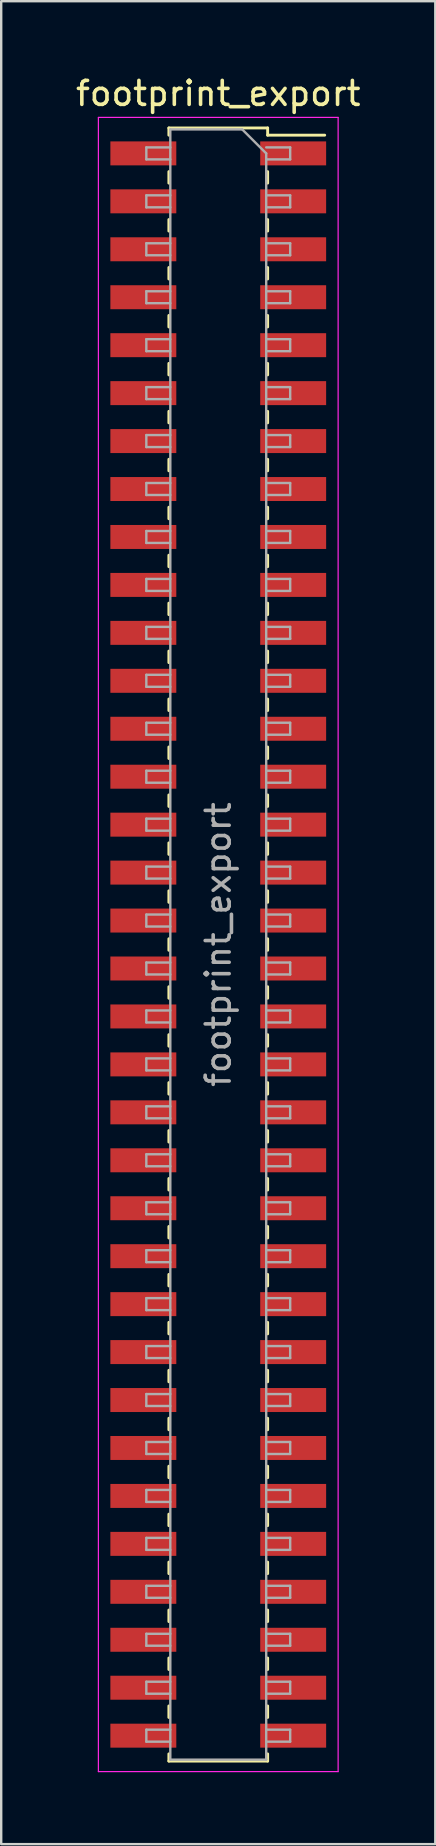
<source format=kicad_pcb>
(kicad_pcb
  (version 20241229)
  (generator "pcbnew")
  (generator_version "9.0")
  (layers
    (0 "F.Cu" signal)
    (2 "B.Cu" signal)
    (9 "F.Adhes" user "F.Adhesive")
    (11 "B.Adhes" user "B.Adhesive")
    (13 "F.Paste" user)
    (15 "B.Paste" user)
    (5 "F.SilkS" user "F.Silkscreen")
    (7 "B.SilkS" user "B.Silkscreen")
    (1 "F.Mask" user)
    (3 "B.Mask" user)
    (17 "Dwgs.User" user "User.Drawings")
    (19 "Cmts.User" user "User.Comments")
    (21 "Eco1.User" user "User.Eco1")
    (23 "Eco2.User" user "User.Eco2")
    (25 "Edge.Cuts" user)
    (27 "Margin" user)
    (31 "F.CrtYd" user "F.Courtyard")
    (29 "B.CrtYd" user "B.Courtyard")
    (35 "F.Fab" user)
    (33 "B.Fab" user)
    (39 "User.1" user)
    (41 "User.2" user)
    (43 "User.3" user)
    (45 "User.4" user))
  (footprint "footprint_export"
    (layer "F.Cu")
    (at 6.054 36.348)
    (property "Reference" "footprint_export" (at 0 -35.5 0) (layer "F.SilkS") (effects (font (size 1 1) (thickness 0.15))))
    (attr smd)
    (fp_line (start -2.06 -34.06) (end -2.06 -33.76) (stroke (width 0.12) (type solid)) (layer "F.SilkS"))
    (fp_line (start -2.06 -34.06) (end 2.06 -34.06) (stroke (width 0.12) (type solid)) (layer "F.SilkS"))
    (fp_line (start -2.06 -32.24) (end -2.06 -31.76) (stroke (width 0.12) (type solid)) (layer "F.SilkS"))
    (fp_line (start -2.06 -30.24) (end -2.06 -29.76) (stroke (width 0.12) (type solid)) (layer "F.SilkS"))
    (fp_line (start -2.06 -28.24) (end -2.06 -27.76) (stroke (width 0.12) (type solid)) (layer "F.SilkS"))
    (fp_line (start -2.06 -26.24) (end -2.06 -25.76) (stroke (width 0.12) (type solid)) (layer "F.SilkS"))
    (fp_line (start -2.06 -24.24) (end -2.06 -23.76) (stroke (width 0.12) (type solid)) (layer "F.SilkS"))
    (fp_line (start -2.06 -22.24) (end -2.06 -21.76) (stroke (width 0.12) (type solid)) (layer "F.SilkS"))
    (fp_line (start -2.06 -20.24) (end -2.06 -19.76) (stroke (width 0.12) (type solid)) (layer "F.SilkS"))
    (fp_line (start -2.06 -18.24) (end -2.06 -17.76) (stroke (width 0.12) (type solid)) (layer "F.SilkS"))
    (fp_line (start -2.06 -16.24) (end -2.06 -15.76) (stroke (width 0.12) (type solid)) (layer "F.SilkS"))
    (fp_line (start -2.06 -14.24) (end -2.06 -13.76) (stroke (width 0.12) (type solid)) (layer "F.SilkS"))
    (fp_line (start -2.06 -12.24) (end -2.06 -11.76) (stroke (width 0.12) (type solid)) (layer "F.SilkS"))
    (fp_line (start -2.06 -10.24) (end -2.06 -9.76) (stroke (width 0.12) (type solid)) (layer "F.SilkS"))
    (fp_line (start -2.06 -8.24) (end -2.06 -7.76) (stroke (width 0.12) (type solid)) (layer "F.SilkS"))
    (fp_line (start -2.06 -6.24) (end -2.06 -5.76) (stroke (width 0.12) (type solid)) (layer "F.SilkS"))
    (fp_line (start -2.06 -4.24) (end -2.06 -3.76) (stroke (width 0.12) (type solid)) (layer "F.SilkS"))
    (fp_line (start -2.06 -2.24) (end -2.06 -1.76) (stroke (width 0.12) (type solid)) (layer "F.SilkS"))
    (fp_line (start -2.06 -0.24) (end -2.06 0.24) (stroke (width 0.12) (type solid)) (layer "F.SilkS"))
    (fp_line (start -2.06 1.76) (end -2.06 2.24) (stroke (width 0.12) (type solid)) (layer "F.SilkS"))
    (fp_line (start -2.06 3.76) (end -2.06 4.24) (stroke (width 0.12) (type solid)) (layer "F.SilkS"))
    (fp_line (start -2.06 5.76) (end -2.06 6.24) (stroke (width 0.12) (type solid)) (layer "F.SilkS"))
    (fp_line (start -2.06 7.76) (end -2.06 8.24) (stroke (width 0.12) (type solid)) (layer "F.SilkS"))
    (fp_line (start -2.06 9.76) (end -2.06 10.24) (stroke (width 0.12) (type solid)) (layer "F.SilkS"))
    (fp_line (start -2.06 11.76) (end -2.06 12.24) (stroke (width 0.12) (type solid)) (layer "F.SilkS"))
    (fp_line (start -2.06 13.76) (end -2.06 14.24) (stroke (width 0.12) (type solid)) (layer "F.SilkS"))
    (fp_line (start -2.06 15.76) (end -2.06 16.24) (stroke (width 0.12) (type solid)) (layer "F.SilkS"))
    (fp_line (start -2.06 17.76) (end -2.06 18.24) (stroke (width 0.12) (type solid)) (layer "F.SilkS"))
    (fp_line (start -2.06 19.76) (end -2.06 20.24) (stroke (width 0.12) (type solid)) (layer "F.SilkS"))
    (fp_line (start -2.06 21.76) (end -2.06 22.24) (stroke (width 0.12) (type solid)) (layer "F.SilkS"))
    (fp_line (start -2.06 23.76) (end -2.06 24.24) (stroke (width 0.12) (type solid)) (layer "F.SilkS"))
    (fp_line (start -2.06 25.76) (end -2.06 26.24) (stroke (width 0.12) (type solid)) (layer "F.SilkS"))
    (fp_line (start -2.06 27.76) (end -2.06 28.24) (stroke (width 0.12) (type solid)) (layer "F.SilkS"))
    (fp_line (start -2.06 29.76) (end -2.06 30.24) (stroke (width 0.12) (type solid)) (layer "F.SilkS"))
    (fp_line (start -2.06 31.76) (end -2.06 32.24) (stroke (width 0.12) (type solid)) (layer "F.SilkS"))
    (fp_line (start -2.06 33.76) (end -2.06 34.06) (stroke (width 0.12) (type solid)) (layer "F.SilkS"))
    (fp_line (start -2.06 34.06) (end 2.06 34.06) (stroke (width 0.12) (type solid)) (layer "F.SilkS"))
    (fp_line (start 2.06 -34.06) (end 2.06 -33.76) (stroke (width 0.12) (type solid)) (layer "F.SilkS"))
    (fp_line (start 2.06 -33.76) (end 4.44 -33.76) (stroke (width 0.12) (type solid)) (layer "F.SilkS"))
    (fp_line (start 2.06 -32.24) (end 2.06 -31.76) (stroke (width 0.12) (type solid)) (layer "F.SilkS"))
    (fp_line (start 2.06 -30.24) (end 2.06 -29.76) (stroke (width 0.12) (type solid)) (layer "F.SilkS"))
    (fp_line (start 2.06 -28.24) (end 2.06 -27.76) (stroke (width 0.12) (type solid)) (layer "F.SilkS"))
    (fp_line (start 2.06 -26.24) (end 2.06 -25.76) (stroke (width 0.12) (type solid)) (layer "F.SilkS"))
    (fp_line (start 2.06 -24.24) (end 2.06 -23.76) (stroke (width 0.12) (type solid)) (layer "F.SilkS"))
    (fp_line (start 2.06 -22.24) (end 2.06 -21.76) (stroke (width 0.12) (type solid)) (layer "F.SilkS"))
    (fp_line (start 2.06 -20.24) (end 2.06 -19.76) (stroke (width 0.12) (type solid)) (layer "F.SilkS"))
    (fp_line (start 2.06 -18.24) (end 2.06 -17.76) (stroke (width 0.12) (type solid)) (layer "F.SilkS"))
    (fp_line (start 2.06 -16.24) (end 2.06 -15.76) (stroke (width 0.12) (type solid)) (layer "F.SilkS"))
    (fp_line (start 2.06 -14.24) (end 2.06 -13.76) (stroke (width 0.12) (type solid)) (layer "F.SilkS"))
    (fp_line (start 2.06 -12.24) (end 2.06 -11.76) (stroke (width 0.12) (type solid)) (layer "F.SilkS"))
    (fp_line (start 2.06 -10.24) (end 2.06 -9.76) (stroke (width 0.12) (type solid)) (layer "F.SilkS"))
    (fp_line (start 2.06 -8.24) (end 2.06 -7.76) (stroke (width 0.12) (type solid)) (layer "F.SilkS"))
    (fp_line (start 2.06 -6.24) (end 2.06 -5.76) (stroke (width 0.12) (type solid)) (layer "F.SilkS"))
    (fp_line (start 2.06 -4.24) (end 2.06 -3.76) (stroke (width 0.12) (type solid)) (layer "F.SilkS"))
    (fp_line (start 2.06 -2.24) (end 2.06 -1.76) (stroke (width 0.12) (type solid)) (layer "F.SilkS"))
    (fp_line (start 2.06 -0.24) (end 2.06 0.24) (stroke (width 0.12) (type solid)) (layer "F.SilkS"))
    (fp_line (start 2.06 1.76) (end 2.06 2.24) (stroke (width 0.12) (type solid)) (layer "F.SilkS"))
    (fp_line (start 2.06 3.76) (end 2.06 4.24) (stroke (width 0.12) (type solid)) (layer "F.SilkS"))
    (fp_line (start 2.06 5.76) (end 2.06 6.24) (stroke (width 0.12) (type solid)) (layer "F.SilkS"))
    (fp_line (start 2.06 7.76) (end 2.06 8.24) (stroke (width 0.12) (type solid)) (layer "F.SilkS"))
    (fp_line (start 2.06 9.76) (end 2.06 10.24) (stroke (width 0.12) (type solid)) (layer "F.SilkS"))
    (fp_line (start 2.06 11.76) (end 2.06 12.24) (stroke (width 0.12) (type solid)) (layer "F.SilkS"))
    (fp_line (start 2.06 13.76) (end 2.06 14.24) (stroke (width 0.12) (type solid)) (layer "F.SilkS"))
    (fp_line (start 2.06 15.76) (end 2.06 16.24) (stroke (width 0.12) (type solid)) (layer "F.SilkS"))
    (fp_line (start 2.06 17.76) (end 2.06 18.24) (stroke (width 0.12) (type solid)) (layer "F.SilkS"))
    (fp_line (start 2.06 19.76) (end 2.06 20.24) (stroke (width 0.12) (type solid)) (layer "F.SilkS"))
    (fp_line (start 2.06 21.76) (end 2.06 22.24) (stroke (width 0.12) (type solid)) (layer "F.SilkS"))
    (fp_line (start 2.06 23.76) (end 2.06 24.24) (stroke (width 0.12) (type solid)) (layer "F.SilkS"))
    (fp_line (start 2.06 25.76) (end 2.06 26.24) (stroke (width 0.12) (type solid)) (layer "F.SilkS"))
    (fp_line (start 2.06 27.76) (end 2.06 28.24) (stroke (width 0.12) (type solid)) (layer "F.SilkS"))
    (fp_line (start 2.06 29.76) (end 2.06 30.24) (stroke (width 0.12) (type solid)) (layer "F.SilkS"))
    (fp_line (start 2.06 31.76) (end 2.06 32.24) (stroke (width 0.12) (type solid)) (layer "F.SilkS"))
    (fp_line (start 2.06 33.76) (end 2.06 34.06) (stroke (width 0.12) (type solid)) (layer "F.SilkS"))
    (fp_line (start -5 -34.5) (end 5 -34.5) (stroke (width 0.05) (type solid)) (layer "F.CrtYd"))
    (fp_line (start -5 34.5) (end -5 -34.5) (stroke (width 0.05) (type solid)) (layer "F.CrtYd"))
    (fp_line (start 5 -34.5) (end 5 34.5) (stroke (width 0.05) (type solid)) (layer "F.CrtYd"))
    (fp_line (start 5 34.5) (end -5 34.5) (stroke (width 0.05) (type solid)) (layer "F.CrtYd"))
    (fp_line (start -3 -33.25) (end -2 -33.25) (stroke (width 0.1) (type solid)) (layer "F.Fab"))
    (fp_line (start -3 -32.75) (end -3 -33.25) (stroke (width 0.1) (type solid)) (layer "F.Fab"))
    (fp_line (start -3 -31.25) (end -2 -31.25) (stroke (width 0.1) (type solid)) (layer "F.Fab"))
    (fp_line (start -3 -30.75) (end -3 -31.25) (stroke (width 0.1) (type solid)) (layer "F.Fab"))
    (fp_line (start -3 -29.25) (end -2 -29.25) (stroke (width 0.1) (type solid)) (layer "F.Fab"))
    (fp_line (start -3 -28.75) (end -3 -29.25) (stroke (width 0.1) (type solid)) (layer "F.Fab"))
    (fp_line (start -3 -27.25) (end -2 -27.25) (stroke (width 0.1) (type solid)) (layer "F.Fab"))
    (fp_line (start -3 -26.75) (end -3 -27.25) (stroke (width 0.1) (type solid)) (layer "F.Fab"))
    (fp_line (start -3 -25.25) (end -2 -25.25) (stroke (width 0.1) (type solid)) (layer "F.Fab"))
    (fp_line (start -3 -24.75) (end -3 -25.25) (stroke (width 0.1) (type solid)) (layer "F.Fab"))
    (fp_line (start -3 -23.25) (end -2 -23.25) (stroke (width 0.1) (type solid)) (layer "F.Fab"))
    (fp_line (start -3 -22.75) (end -3 -23.25) (stroke (width 0.1) (type solid)) (layer "F.Fab"))
    (fp_line (start -3 -21.25) (end -2 -21.25) (stroke (width 0.1) (type solid)) (layer "F.Fab"))
    (fp_line (start -3 -20.75) (end -3 -21.25) (stroke (width 0.1) (type solid)) (layer "F.Fab"))
    (fp_line (start -3 -19.25) (end -2 -19.25) (stroke (width 0.1) (type solid)) (layer "F.Fab"))
    (fp_line (start -3 -18.75) (end -3 -19.25) (stroke (width 0.1) (type solid)) (layer "F.Fab"))
    (fp_line (start -3 -17.25) (end -2 -17.25) (stroke (width 0.1) (type solid)) (layer "F.Fab"))
    (fp_line (start -3 -16.75) (end -3 -17.25) (stroke (width 0.1) (type solid)) (layer "F.Fab"))
    (fp_line (start -3 -15.25) (end -2 -15.25) (stroke (width 0.1) (type solid)) (layer "F.Fab"))
    (fp_line (start -3 -14.75) (end -3 -15.25) (stroke (width 0.1) (type solid)) (layer "F.Fab"))
    (fp_line (start -3 -13.25) (end -2 -13.25) (stroke (width 0.1) (type solid)) (layer "F.Fab"))
    (fp_line (start -3 -12.75) (end -3 -13.25) (stroke (width 0.1) (type solid)) (layer "F.Fab"))
    (fp_line (start -3 -11.25) (end -2 -11.25) (stroke (width 0.1) (type solid)) (layer "F.Fab"))
    (fp_line (start -3 -10.75) (end -3 -11.25) (stroke (width 0.1) (type solid)) (layer "F.Fab"))
    (fp_line (start -3 -9.25) (end -2 -9.25) (stroke (width 0.1) (type solid)) (layer "F.Fab"))
    (fp_line (start -3 -8.75) (end -3 -9.25) (stroke (width 0.1) (type solid)) (layer "F.Fab"))
    (fp_line (start -3 -7.25) (end -2 -7.25) (stroke (width 0.1) (type solid)) (layer "F.Fab"))
    (fp_line (start -3 -6.75) (end -3 -7.25) (stroke (width 0.1) (type solid)) (layer "F.Fab"))
    (fp_line (start -3 -5.25) (end -2 -5.25) (stroke (width 0.1) (type solid)) (layer "F.Fab"))
    (fp_line (start -3 -4.75) (end -3 -5.25) (stroke (width 0.1) (type solid)) (layer "F.Fab"))
    (fp_line (start -3 -3.25) (end -2 -3.25) (stroke (width 0.1) (type solid)) (layer "F.Fab"))
    (fp_line (start -3 -2.75) (end -3 -3.25) (stroke (width 0.1) (type solid)) (layer "F.Fab"))
    (fp_line (start -3 -1.25) (end -2 -1.25) (stroke (width 0.1) (type solid)) (layer "F.Fab"))
    (fp_line (start -3 -0.75) (end -3 -1.25) (stroke (width 0.1) (type solid)) (layer "F.Fab"))
    (fp_line (start -3 0.75) (end -2 0.75) (stroke (width 0.1) (type solid)) (layer "F.Fab"))
    (fp_line (start -3 1.25) (end -3 0.75) (stroke (width 0.1) (type solid)) (layer "F.Fab"))
    (fp_line (start -3 2.75) (end -2 2.75) (stroke (width 0.1) (type solid)) (layer "F.Fab"))
    (fp_line (start -3 3.25) (end -3 2.75) (stroke (width 0.1) (type solid)) (layer "F.Fab"))
    (fp_line (start -3 4.75) (end -2 4.75) (stroke (width 0.1) (type solid)) (layer "F.Fab"))
    (fp_line (start -3 5.25) (end -3 4.75) (stroke (width 0.1) (type solid)) (layer "F.Fab"))
    (fp_line (start -3 6.75) (end -2 6.75) (stroke (width 0.1) (type solid)) (layer "F.Fab"))
    (fp_line (start -3 7.25) (end -3 6.75) (stroke (width 0.1) (type solid)) (layer "F.Fab"))
    (fp_line (start -3 8.75) (end -2 8.75) (stroke (width 0.1) (type solid)) (layer "F.Fab"))
    (fp_line (start -3 9.25) (end -3 8.75) (stroke (width 0.1) (type solid)) (layer "F.Fab"))
    (fp_line (start -3 10.75) (end -2 10.75) (stroke (width 0.1) (type solid)) (layer "F.Fab"))
    (fp_line (start -3 11.25) (end -3 10.75) (stroke (width 0.1) (type solid)) (layer "F.Fab"))
    (fp_line (start -3 12.75) (end -2 12.75) (stroke (width 0.1) (type solid)) (layer "F.Fab"))
    (fp_line (start -3 13.25) (end -3 12.75) (stroke (width 0.1) (type solid)) (layer "F.Fab"))
    (fp_line (start -3 14.75) (end -2 14.75) (stroke (width 0.1) (type solid)) (layer "F.Fab"))
    (fp_line (start -3 15.25) (end -3 14.75) (stroke (width 0.1) (type solid)) (layer "F.Fab"))
    (fp_line (start -3 16.75) (end -2 16.75) (stroke (width 0.1) (type solid)) (layer "F.Fab"))
    (fp_line (start -3 17.25) (end -3 16.75) (stroke (width 0.1) (type solid)) (layer "F.Fab"))
    (fp_line (start -3 18.75) (end -2 18.75) (stroke (width 0.1) (type solid)) (layer "F.Fab"))
    (fp_line (start -3 19.25) (end -3 18.75) (stroke (width 0.1) (type solid)) (layer "F.Fab"))
    (fp_line (start -3 20.75) (end -2 20.75) (stroke (width 0.1) (type solid)) (layer "F.Fab"))
    (fp_line (start -3 21.25) (end -3 20.75) (stroke (width 0.1) (type solid)) (layer "F.Fab"))
    (fp_line (start -3 22.75) (end -2 22.75) (stroke (width 0.1) (type solid)) (layer "F.Fab"))
    (fp_line (start -3 23.25) (end -3 22.75) (stroke (width 0.1) (type solid)) (layer "F.Fab"))
    (fp_line (start -3 24.75) (end -2 24.75) (stroke (width 0.1) (type solid)) (layer "F.Fab"))
    (fp_line (start -3 25.25) (end -3 24.75) (stroke (width 0.1) (type solid)) (layer "F.Fab"))
    (fp_line (start -3 26.75) (end -2 26.75) (stroke (width 0.1) (type solid)) (layer "F.Fab"))
    (fp_line (start -3 27.25) (end -3 26.75) (stroke (width 0.1) (type solid)) (layer "F.Fab"))
    (fp_line (start -3 28.75) (end -2 28.75) (stroke (width 0.1) (type solid)) (layer "F.Fab"))
    (fp_line (start -3 29.25) (end -3 28.75) (stroke (width 0.1) (type solid)) (layer "F.Fab"))
    (fp_line (start -3 30.75) (end -2 30.75) (stroke (width 0.1) (type solid)) (layer "F.Fab"))
    (fp_line (start -3 31.25) (end -3 30.75) (stroke (width 0.1) (type solid)) (layer "F.Fab"))
    (fp_line (start -3 32.75) (end -2 32.75) (stroke (width 0.1) (type solid)) (layer "F.Fab"))
    (fp_line (start -3 33.25) (end -3 32.75) (stroke (width 0.1) (type solid)) (layer "F.Fab"))
    (fp_line (start -2 -34) (end 1 -34) (stroke (width 0.1) (type solid)) (layer "F.Fab"))
    (fp_line (start -2 -32.75) (end -3 -32.75) (stroke (width 0.1) (type solid)) (layer "F.Fab"))
    (fp_line (start -2 -30.75) (end -3 -30.75) (stroke (width 0.1) (type solid)) (layer "F.Fab"))
    (fp_line (start -2 -28.75) (end -3 -28.75) (stroke (width 0.1) (type solid)) (layer "F.Fab"))
    (fp_line (start -2 -26.75) (end -3 -26.75) (stroke (width 0.1) (type solid)) (layer "F.Fab"))
    (fp_line (start -2 -24.75) (end -3 -24.75) (stroke (width 0.1) (type solid)) (layer "F.Fab"))
    (fp_line (start -2 -22.75) (end -3 -22.75) (stroke (width 0.1) (type solid)) (layer "F.Fab"))
    (fp_line (start -2 -20.75) (end -3 -20.75) (stroke (width 0.1) (type solid)) (layer "F.Fab"))
    (fp_line (start -2 -18.75) (end -3 -18.75) (stroke (width 0.1) (type solid)) (layer "F.Fab"))
    (fp_line (start -2 -16.75) (end -3 -16.75) (stroke (width 0.1) (type solid)) (layer "F.Fab"))
    (fp_line (start -2 -14.75) (end -3 -14.75) (stroke (width 0.1) (type solid)) (layer "F.Fab"))
    (fp_line (start -2 -12.75) (end -3 -12.75) (stroke (width 0.1) (type solid)) (layer "F.Fab"))
    (fp_line (start -2 -10.75) (end -3 -10.75) (stroke (width 0.1) (type solid)) (layer "F.Fab"))
    (fp_line (start -2 -8.75) (end -3 -8.75) (stroke (width 0.1) (type solid)) (layer "F.Fab"))
    (fp_line (start -2 -6.75) (end -3 -6.75) (stroke (width 0.1) (type solid)) (layer "F.Fab"))
    (fp_line (start -2 -4.75) (end -3 -4.75) (stroke (width 0.1) (type solid)) (layer "F.Fab"))
    (fp_line (start -2 -2.75) (end -3 -2.75) (stroke (width 0.1) (type solid)) (layer "F.Fab"))
    (fp_line (start -2 -0.75) (end -3 -0.75) (stroke (width 0.1) (type solid)) (layer "F.Fab"))
    (fp_line (start -2 1.25) (end -3 1.25) (stroke (width 0.1) (type solid)) (layer "F.Fab"))
    (fp_line (start -2 3.25) (end -3 3.25) (stroke (width 0.1) (type solid)) (layer "F.Fab"))
    (fp_line (start -2 5.25) (end -3 5.25) (stroke (width 0.1) (type solid)) (layer "F.Fab"))
    (fp_line (start -2 7.25) (end -3 7.25) (stroke (width 0.1) (type solid)) (layer "F.Fab"))
    (fp_line (start -2 9.25) (end -3 9.25) (stroke (width 0.1) (type solid)) (layer "F.Fab"))
    (fp_line (start -2 11.25) (end -3 11.25) (stroke (width 0.1) (type solid)) (layer "F.Fab"))
    (fp_line (start -2 13.25) (end -3 13.25) (stroke (width 0.1) (type solid)) (layer "F.Fab"))
    (fp_line (start -2 15.25) (end -3 15.25) (stroke (width 0.1) (type solid)) (layer "F.Fab"))
    (fp_line (start -2 17.25) (end -3 17.25) (stroke (width 0.1) (type solid)) (layer "F.Fab"))
    (fp_line (start -2 19.25) (end -3 19.25) (stroke (width 0.1) (type solid)) (layer "F.Fab"))
    (fp_line (start -2 21.25) (end -3 21.25) (stroke (width 0.1) (type solid)) (layer "F.Fab"))
    (fp_line (start -2 23.25) (end -3 23.25) (stroke (width 0.1) (type solid)) (layer "F.Fab"))
    (fp_line (start -2 25.25) (end -3 25.25) (stroke (width 0.1) (type solid)) (layer "F.Fab"))
    (fp_line (start -2 27.25) (end -3 27.25) (stroke (width 0.1) (type solid)) (layer "F.Fab"))
    (fp_line (start -2 29.25) (end -3 29.25) (stroke (width 0.1) (type solid)) (layer "F.Fab"))
    (fp_line (start -2 31.25) (end -3 31.25) (stroke (width 0.1) (type solid)) (layer "F.Fab"))
    (fp_line (start -2 33.25) (end -3 33.25) (stroke (width 0.1) (type solid)) (layer "F.Fab"))
    (fp_line (start -2 34) (end -2 -34) (stroke (width 0.1) (type solid)) (layer "F.Fab"))
    (fp_line (start 1 -34) (end 2 -33) (stroke (width 0.1) (type solid)) (layer "F.Fab"))
    (fp_line (start 2 -33.25) (end 3 -33.25) (stroke (width 0.1) (type solid)) (layer "F.Fab"))
    (fp_line (start 2 -33) (end 2 34) (stroke (width 0.1) (type solid)) (layer "F.Fab"))
    (fp_line (start 2 -31.25) (end 3 -31.25) (stroke (width 0.1) (type solid)) (layer "F.Fab"))
    (fp_line (start 2 -29.25) (end 3 -29.25) (stroke (width 0.1) (type solid)) (layer "F.Fab"))
    (fp_line (start 2 -27.25) (end 3 -27.25) (stroke (width 0.1) (type solid)) (layer "F.Fab"))
    (fp_line (start 2 -25.25) (end 3 -25.25) (stroke (width 0.1) (type solid)) (layer "F.Fab"))
    (fp_line (start 2 -23.25) (end 3 -23.25) (stroke (width 0.1) (type solid)) (layer "F.Fab"))
    (fp_line (start 2 -21.25) (end 3 -21.25) (stroke (width 0.1) (type solid)) (layer "F.Fab"))
    (fp_line (start 2 -19.25) (end 3 -19.25) (stroke (width 0.1) (type solid)) (layer "F.Fab"))
    (fp_line (start 2 -17.25) (end 3 -17.25) (stroke (width 0.1) (type solid)) (layer "F.Fab"))
    (fp_line (start 2 -15.25) (end 3 -15.25) (stroke (width 0.1) (type solid)) (layer "F.Fab"))
    (fp_line (start 2 -13.25) (end 3 -13.25) (stroke (width 0.1) (type solid)) (layer "F.Fab"))
    (fp_line (start 2 -11.25) (end 3 -11.25) (stroke (width 0.1) (type solid)) (layer "F.Fab"))
    (fp_line (start 2 -9.25) (end 3 -9.25) (stroke (width 0.1) (type solid)) (layer "F.Fab"))
    (fp_line (start 2 -7.25) (end 3 -7.25) (stroke (width 0.1) (type solid)) (layer "F.Fab"))
    (fp_line (start 2 -5.25) (end 3 -5.25) (stroke (width 0.1) (type solid)) (layer "F.Fab"))
    (fp_line (start 2 -3.25) (end 3 -3.25) (stroke (width 0.1) (type solid)) (layer "F.Fab"))
    (fp_line (start 2 -1.25) (end 3 -1.25) (stroke (width 0.1) (type solid)) (layer "F.Fab"))
    (fp_line (start 2 0.75) (end 3 0.75) (stroke (width 0.1) (type solid)) (layer "F.Fab"))
    (fp_line (start 2 2.75) (end 3 2.75) (stroke (width 0.1) (type solid)) (layer "F.Fab"))
    (fp_line (start 2 4.75) (end 3 4.75) (stroke (width 0.1) (type solid)) (layer "F.Fab"))
    (fp_line (start 2 6.75) (end 3 6.75) (stroke (width 0.1) (type solid)) (layer "F.Fab"))
    (fp_line (start 2 8.75) (end 3 8.75) (stroke (width 0.1) (type solid)) (layer "F.Fab"))
    (fp_line (start 2 10.75) (end 3 10.75) (stroke (width 0.1) (type solid)) (layer "F.Fab"))
    (fp_line (start 2 12.75) (end 3 12.75) (stroke (width 0.1) (type solid)) (layer "F.Fab"))
    (fp_line (start 2 14.75) (end 3 14.75) (stroke (width 0.1) (type solid)) (layer "F.Fab"))
    (fp_line (start 2 16.75) (end 3 16.75) (stroke (width 0.1) (type solid)) (layer "F.Fab"))
    (fp_line (start 2 18.75) (end 3 18.75) (stroke (width 0.1) (type solid)) (layer "F.Fab"))
    (fp_line (start 2 20.75) (end 3 20.75) (stroke (width 0.1) (type solid)) (layer "F.Fab"))
    (fp_line (start 2 22.75) (end 3 22.75) (stroke (width 0.1) (type solid)) (layer "F.Fab"))
    (fp_line (start 2 24.75) (end 3 24.75) (stroke (width 0.1) (type solid)) (layer "F.Fab"))
    (fp_line (start 2 26.75) (end 3 26.75) (stroke (width 0.1) (type solid)) (layer "F.Fab"))
    (fp_line (start 2 28.75) (end 3 28.75) (stroke (width 0.1) (type solid)) (layer "F.Fab"))
    (fp_line (start 2 30.75) (end 3 30.75) (stroke (width 0.1) (type solid)) (layer "F.Fab"))
    (fp_line (start 2 32.75) (end 3 32.75) (stroke (width 0.1) (type solid)) (layer "F.Fab"))
    (fp_line (start 2 34) (end -2 34) (stroke (width 0.1) (type solid)) (layer "F.Fab"))
    (fp_line (start 3 -33.25) (end 3 -32.75) (stroke (width 0.1) (type solid)) (layer "F.Fab"))
    (fp_line (start 3 -32.75) (end 2 -32.75) (stroke (width 0.1) (type solid)) (layer "F.Fab"))
    (fp_line (start 3 -31.25) (end 3 -30.75) (stroke (width 0.1) (type solid)) (layer "F.Fab"))
    (fp_line (start 3 -30.75) (end 2 -30.75) (stroke (width 0.1) (type solid)) (layer "F.Fab"))
    (fp_line (start 3 -29.25) (end 3 -28.75) (stroke (width 0.1) (type solid)) (layer "F.Fab"))
    (fp_line (start 3 -28.75) (end 2 -28.75) (stroke (width 0.1) (type solid)) (layer "F.Fab"))
    (fp_line (start 3 -27.25) (end 3 -26.75) (stroke (width 0.1) (type solid)) (layer "F.Fab"))
    (fp_line (start 3 -26.75) (end 2 -26.75) (stroke (width 0.1) (type solid)) (layer "F.Fab"))
    (fp_line (start 3 -25.25) (end 3 -24.75) (stroke (width 0.1) (type solid)) (layer "F.Fab"))
    (fp_line (start 3 -24.75) (end 2 -24.75) (stroke (width 0.1) (type solid)) (layer "F.Fab"))
    (fp_line (start 3 -23.25) (end 3 -22.75) (stroke (width 0.1) (type solid)) (layer "F.Fab"))
    (fp_line (start 3 -22.75) (end 2 -22.75) (stroke (width 0.1) (type solid)) (layer "F.Fab"))
    (fp_line (start 3 -21.25) (end 3 -20.75) (stroke (width 0.1) (type solid)) (layer "F.Fab"))
    (fp_line (start 3 -20.75) (end 2 -20.75) (stroke (width 0.1) (type solid)) (layer "F.Fab"))
    (fp_line (start 3 -19.25) (end 3 -18.75) (stroke (width 0.1) (type solid)) (layer "F.Fab"))
    (fp_line (start 3 -18.75) (end 2 -18.75) (stroke (width 0.1) (type solid)) (layer "F.Fab"))
    (fp_line (start 3 -17.25) (end 3 -16.75) (stroke (width 0.1) (type solid)) (layer "F.Fab"))
    (fp_line (start 3 -16.75) (end 2 -16.75) (stroke (width 0.1) (type solid)) (layer "F.Fab"))
    (fp_line (start 3 -15.25) (end 3 -14.75) (stroke (width 0.1) (type solid)) (layer "F.Fab"))
    (fp_line (start 3 -14.75) (end 2 -14.75) (stroke (width 0.1) (type solid)) (layer "F.Fab"))
    (fp_line (start 3 -13.25) (end 3 -12.75) (stroke (width 0.1) (type solid)) (layer "F.Fab"))
    (fp_line (start 3 -12.75) (end 2 -12.75) (stroke (width 0.1) (type solid)) (layer "F.Fab"))
    (fp_line (start 3 -11.25) (end 3 -10.75) (stroke (width 0.1) (type solid)) (layer "F.Fab"))
    (fp_line (start 3 -10.75) (end 2 -10.75) (stroke (width 0.1) (type solid)) (layer "F.Fab"))
    (fp_line (start 3 -9.25) (end 3 -8.75) (stroke (width 0.1) (type solid)) (layer "F.Fab"))
    (fp_line (start 3 -8.75) (end 2 -8.75) (stroke (width 0.1) (type solid)) (layer "F.Fab"))
    (fp_line (start 3 -7.25) (end 3 -6.75) (stroke (width 0.1) (type solid)) (layer "F.Fab"))
    (fp_line (start 3 -6.75) (end 2 -6.75) (stroke (width 0.1) (type solid)) (layer "F.Fab"))
    (fp_line (start 3 -5.25) (end 3 -4.75) (stroke (width 0.1) (type solid)) (layer "F.Fab"))
    (fp_line (start 3 -4.75) (end 2 -4.75) (stroke (width 0.1) (type solid)) (layer "F.Fab"))
    (fp_line (start 3 -3.25) (end 3 -2.75) (stroke (width 0.1) (type solid)) (layer "F.Fab"))
    (fp_line (start 3 -2.75) (end 2 -2.75) (stroke (width 0.1) (type solid)) (layer "F.Fab"))
    (fp_line (start 3 -1.25) (end 3 -0.75) (stroke (width 0.1) (type solid)) (layer "F.Fab"))
    (fp_line (start 3 -0.75) (end 2 -0.75) (stroke (width 0.1) (type solid)) (layer "F.Fab"))
    (fp_line (start 3 0.75) (end 3 1.25) (stroke (width 0.1) (type solid)) (layer "F.Fab"))
    (fp_line (start 3 1.25) (end 2 1.25) (stroke (width 0.1) (type solid)) (layer "F.Fab"))
    (fp_line (start 3 2.75) (end 3 3.25) (stroke (width 0.1) (type solid)) (layer "F.Fab"))
    (fp_line (start 3 3.25) (end 2 3.25) (stroke (width 0.1) (type solid)) (layer "F.Fab"))
    (fp_line (start 3 4.75) (end 3 5.25) (stroke (width 0.1) (type solid)) (layer "F.Fab"))
    (fp_line (start 3 5.25) (end 2 5.25) (stroke (width 0.1) (type solid)) (layer "F.Fab"))
    (fp_line (start 3 6.75) (end 3 7.25) (stroke (width 0.1) (type solid)) (layer "F.Fab"))
    (fp_line (start 3 7.25) (end 2 7.25) (stroke (width 0.1) (type solid)) (layer "F.Fab"))
    (fp_line (start 3 8.75) (end 3 9.25) (stroke (width 0.1) (type solid)) (layer "F.Fab"))
    (fp_line (start 3 9.25) (end 2 9.25) (stroke (width 0.1) (type solid)) (layer "F.Fab"))
    (fp_line (start 3 10.75) (end 3 11.25) (stroke (width 0.1) (type solid)) (layer "F.Fab"))
    (fp_line (start 3 11.25) (end 2 11.25) (stroke (width 0.1) (type solid)) (layer "F.Fab"))
    (fp_line (start 3 12.75) (end 3 13.25) (stroke (width 0.1) (type solid)) (layer "F.Fab"))
    (fp_line (start 3 13.25) (end 2 13.25) (stroke (width 0.1) (type solid)) (layer "F.Fab"))
    (fp_line (start 3 14.75) (end 3 15.25) (stroke (width 0.1) (type solid)) (layer "F.Fab"))
    (fp_line (start 3 15.25) (end 2 15.25) (stroke (width 0.1) (type solid)) (layer "F.Fab"))
    (fp_line (start 3 16.75) (end 3 17.25) (stroke (width 0.1) (type solid)) (layer "F.Fab"))
    (fp_line (start 3 17.25) (end 2 17.25) (stroke (width 0.1) (type solid)) (layer "F.Fab"))
    (fp_line (start 3 18.75) (end 3 19.25) (stroke (width 0.1) (type solid)) (layer "F.Fab"))
    (fp_line (start 3 19.25) (end 2 19.25) (stroke (width 0.1) (type solid)) (layer "F.Fab"))
    (fp_line (start 3 20.75) (end 3 21.25) (stroke (width 0.1) (type solid)) (layer "F.Fab"))
    (fp_line (start 3 21.25) (end 2 21.25) (stroke (width 0.1) (type solid)) (layer "F.Fab"))
    (fp_line (start 3 22.75) (end 3 23.25) (stroke (width 0.1) (type solid)) (layer "F.Fab"))
    (fp_line (start 3 23.25) (end 2 23.25) (stroke (width 0.1) (type solid)) (layer "F.Fab"))
    (fp_line (start 3 24.75) (end 3 25.25) (stroke (width 0.1) (type solid)) (layer "F.Fab"))
    (fp_line (start 3 25.25) (end 2 25.25) (stroke (width 0.1) (type solid)) (layer "F.Fab"))
    (fp_line (start 3 26.75) (end 3 27.25) (stroke (width 0.1) (type solid)) (layer "F.Fab"))
    (fp_line (start 3 27.25) (end 2 27.25) (stroke (width 0.1) (type solid)) (layer "F.Fab"))
    (fp_line (start 3 28.75) (end 3 29.25) (stroke (width 0.1) (type solid)) (layer "F.Fab"))
    (fp_line (start 3 29.25) (end 2 29.25) (stroke (width 0.1) (type solid)) (layer "F.Fab"))
    (fp_line (start 3 30.75) (end 3 31.25) (stroke (width 0.1) (type solid)) (layer "F.Fab"))
    (fp_line (start 3 31.25) (end 2 31.25) (stroke (width 0.1) (type solid)) (layer "F.Fab"))
    (fp_line (start 3 32.75) (end 3 33.25) (stroke (width 0.1) (type solid)) (layer "F.Fab"))
    (fp_line (start 3 33.25) (end 2 33.25) (stroke (width 0.1) (type solid)) (layer "F.Fab"))
    (fp_text user "${REFERENCE}" (at 0 0 90) (layer "F.Fab") (effects (font (size 1 1) (thickness 0.15))))
    (pad "1" smd rect (at 3.125 -33) (size 2.75 1) (layers "F.Cu" "F.Mask" "F.Paste"))
    (pad "2" smd rect (at -3.125 -33) (size 2.75 1) (layers "F.Cu" "F.Mask" "F.Paste"))
    (pad "3" smd rect (at 3.125 -31) (size 2.75 1) (layers "F.Cu" "F.Mask" "F.Paste"))
    (pad "4" smd rect (at -3.125 -31) (size 2.75 1) (layers "F.Cu" "F.Mask" "F.Paste"))
    (pad "5" smd rect (at 3.125 -29) (size 2.75 1) (layers "F.Cu" "F.Mask" "F.Paste"))
    (pad "6" smd rect (at -3.125 -29) (size 2.75 1) (layers "F.Cu" "F.Mask" "F.Paste"))
    (pad "7" smd rect (at 3.125 -27) (size 2.75 1) (layers "F.Cu" "F.Mask" "F.Paste"))
    (pad "8" smd rect (at -3.125 -27) (size 2.75 1) (layers "F.Cu" "F.Mask" "F.Paste"))
    (pad "9" smd rect (at 3.125 -25) (size 2.75 1) (layers "F.Cu" "F.Mask" "F.Paste"))
    (pad "10" smd rect (at -3.125 -25) (size 2.75 1) (layers "F.Cu" "F.Mask" "F.Paste"))
    (pad "11" smd rect (at 3.125 -23) (size 2.75 1) (layers "F.Cu" "F.Mask" "F.Paste"))
    (pad "12" smd rect (at -3.125 -23) (size 2.75 1) (layers "F.Cu" "F.Mask" "F.Paste"))
    (pad "13" smd rect (at 3.125 -21) (size 2.75 1) (layers "F.Cu" "F.Mask" "F.Paste"))
    (pad "14" smd rect (at -3.125 -21) (size 2.75 1) (layers "F.Cu" "F.Mask" "F.Paste"))
    (pad "15" smd rect (at 3.125 -19) (size 2.75 1) (layers "F.Cu" "F.Mask" "F.Paste"))
    (pad "16" smd rect (at -3.125 -19) (size 2.75 1) (layers "F.Cu" "F.Mask" "F.Paste"))
    (pad "17" smd rect (at 3.125 -17) (size 2.75 1) (layers "F.Cu" "F.Mask" "F.Paste"))
    (pad "18" smd rect (at -3.125 -17) (size 2.75 1) (layers "F.Cu" "F.Mask" "F.Paste"))
    (pad "19" smd rect (at 3.125 -15) (size 2.75 1) (layers "F.Cu" "F.Mask" "F.Paste"))
    (pad "20" smd rect (at -3.125 -15) (size 2.75 1) (layers "F.Cu" "F.Mask" "F.Paste"))
    (pad "21" smd rect (at 3.125 -13) (size 2.75 1) (layers "F.Cu" "F.Mask" "F.Paste"))
    (pad "22" smd rect (at -3.125 -13) (size 2.75 1) (layers "F.Cu" "F.Mask" "F.Paste"))
    (pad "23" smd rect (at 3.125 -11) (size 2.75 1) (layers "F.Cu" "F.Mask" "F.Paste"))
    (pad "24" smd rect (at -3.125 -11) (size 2.75 1) (layers "F.Cu" "F.Mask" "F.Paste"))
    (pad "25" smd rect (at 3.125 -9) (size 2.75 1) (layers "F.Cu" "F.Mask" "F.Paste"))
    (pad "26" smd rect (at -3.125 -9) (size 2.75 1) (layers "F.Cu" "F.Mask" "F.Paste"))
    (pad "27" smd rect (at 3.125 -7) (size 2.75 1) (layers "F.Cu" "F.Mask" "F.Paste"))
    (pad "28" smd rect (at -3.125 -7) (size 2.75 1) (layers "F.Cu" "F.Mask" "F.Paste"))
    (pad "29" smd rect (at 3.125 -5) (size 2.75 1) (layers "F.Cu" "F.Mask" "F.Paste"))
    (pad "30" smd rect (at -3.125 -5) (size 2.75 1) (layers "F.Cu" "F.Mask" "F.Paste"))
    (pad "31" smd rect (at 3.125 -3) (size 2.75 1) (layers "F.Cu" "F.Mask" "F.Paste"))
    (pad "32" smd rect (at -3.125 -3) (size 2.75 1) (layers "F.Cu" "F.Mask" "F.Paste"))
    (pad "33" smd rect (at 3.125 -1) (size 2.75 1) (layers "F.Cu" "F.Mask" "F.Paste"))
    (pad "34" smd rect (at -3.125 -1) (size 2.75 1) (layers "F.Cu" "F.Mask" "F.Paste"))
    (pad "35" smd rect (at 3.125 1) (size 2.75 1) (layers "F.Cu" "F.Mask" "F.Paste"))
    (pad "36" smd rect (at -3.125 1) (size 2.75 1) (layers "F.Cu" "F.Mask" "F.Paste"))
    (pad "37" smd rect (at 3.125 3) (size 2.75 1) (layers "F.Cu" "F.Mask" "F.Paste"))
    (pad "38" smd rect (at -3.125 3) (size 2.75 1) (layers "F.Cu" "F.Mask" "F.Paste"))
    (pad "39" smd rect (at 3.125 5) (size 2.75 1) (layers "F.Cu" "F.Mask" "F.Paste"))
    (pad "40" smd rect (at -3.125 5) (size 2.75 1) (layers "F.Cu" "F.Mask" "F.Paste"))
    (pad "41" smd rect (at 3.125 7) (size 2.75 1) (layers "F.Cu" "F.Mask" "F.Paste"))
    (pad "42" smd rect (at -3.125 7) (size 2.75 1) (layers "F.Cu" "F.Mask" "F.Paste"))
    (pad "43" smd rect (at 3.125 9) (size 2.75 1) (layers "F.Cu" "F.Mask" "F.Paste"))
    (pad "44" smd rect (at -3.125 9) (size 2.75 1) (layers "F.Cu" "F.Mask" "F.Paste"))
    (pad "45" smd rect (at 3.125 11) (size 2.75 1) (layers "F.Cu" "F.Mask" "F.Paste"))
    (pad "46" smd rect (at -3.125 11) (size 2.75 1) (layers "F.Cu" "F.Mask" "F.Paste"))
    (pad "47" smd rect (at 3.125 13) (size 2.75 1) (layers "F.Cu" "F.Mask" "F.Paste"))
    (pad "48" smd rect (at -3.125 13) (size 2.75 1) (layers "F.Cu" "F.Mask" "F.Paste"))
    (pad "49" smd rect (at 3.125 15) (size 2.75 1) (layers "F.Cu" "F.Mask" "F.Paste"))
    (pad "50" smd rect (at -3.125 15) (size 2.75 1) (layers "F.Cu" "F.Mask" "F.Paste"))
    (pad "51" smd rect (at 3.125 17) (size 2.75 1) (layers "F.Cu" "F.Mask" "F.Paste"))
    (pad "52" smd rect (at -3.125 17) (size 2.75 1) (layers "F.Cu" "F.Mask" "F.Paste"))
    (pad "53" smd rect (at 3.125 19) (size 2.75 1) (layers "F.Cu" "F.Mask" "F.Paste"))
    (pad "54" smd rect (at -3.125 19) (size 2.75 1) (layers "F.Cu" "F.Mask" "F.Paste"))
    (pad "55" smd rect (at 3.125 21) (size 2.75 1) (layers "F.Cu" "F.Mask" "F.Paste"))
    (pad "56" smd rect (at -3.125 21) (size 2.75 1) (layers "F.Cu" "F.Mask" "F.Paste"))
    (pad "57" smd rect (at 3.125 23) (size 2.75 1) (layers "F.Cu" "F.Mask" "F.Paste"))
    (pad "58" smd rect (at -3.125 23) (size 2.75 1) (layers "F.Cu" "F.Mask" "F.Paste"))
    (pad "59" smd rect (at 3.125 25) (size 2.75 1) (layers "F.Cu" "F.Mask" "F.Paste"))
    (pad "60" smd rect (at -3.125 25) (size 2.75 1) (layers "F.Cu" "F.Mask" "F.Paste"))
    (pad "61" smd rect (at 3.125 27) (size 2.75 1) (layers "F.Cu" "F.Mask" "F.Paste"))
    (pad "62" smd rect (at -3.125 27) (size 2.75 1) (layers "F.Cu" "F.Mask" "F.Paste"))
    (pad "63" smd rect (at 3.125 29) (size 2.75 1) (layers "F.Cu" "F.Mask" "F.Paste"))
    (pad "64" smd rect (at -3.125 29) (size 2.75 1) (layers "F.Cu" "F.Mask" "F.Paste"))
    (pad "65" smd rect (at 3.125 31) (size 2.75 1) (layers "F.Cu" "F.Mask" "F.Paste"))
    (pad "66" smd rect (at -3.125 31) (size 2.75 1) (layers "F.Cu" "F.Mask" "F.Paste"))
    (pad "67" smd rect (at 3.125 33) (size 2.75 1) (layers "F.Cu" "F.Mask" "F.Paste"))
    (pad "68" smd rect (at -3.125 33) (size 2.75 1) (layers "F.Cu" "F.Mask" "F.Paste")))
  (gr_rect
    (start -3 -3)
    (end 15.107 73.873)
    (stroke (width 0.1) (type default))
    (fill no)
    (layer "Edge.Cuts")))
</source>
